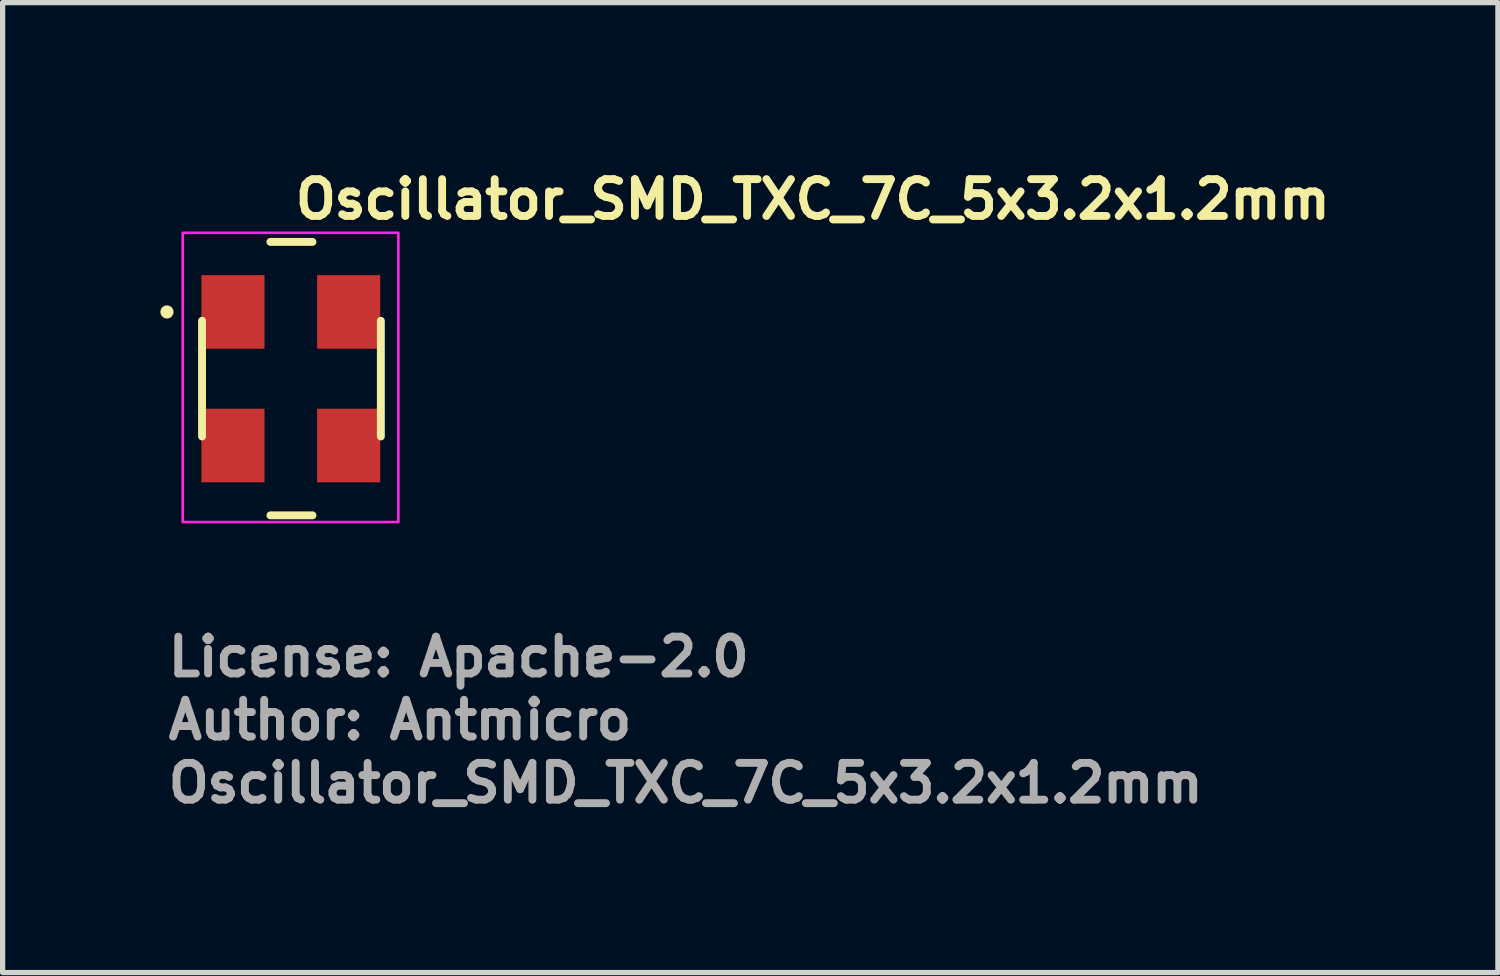
<source format=kicad_pcb>
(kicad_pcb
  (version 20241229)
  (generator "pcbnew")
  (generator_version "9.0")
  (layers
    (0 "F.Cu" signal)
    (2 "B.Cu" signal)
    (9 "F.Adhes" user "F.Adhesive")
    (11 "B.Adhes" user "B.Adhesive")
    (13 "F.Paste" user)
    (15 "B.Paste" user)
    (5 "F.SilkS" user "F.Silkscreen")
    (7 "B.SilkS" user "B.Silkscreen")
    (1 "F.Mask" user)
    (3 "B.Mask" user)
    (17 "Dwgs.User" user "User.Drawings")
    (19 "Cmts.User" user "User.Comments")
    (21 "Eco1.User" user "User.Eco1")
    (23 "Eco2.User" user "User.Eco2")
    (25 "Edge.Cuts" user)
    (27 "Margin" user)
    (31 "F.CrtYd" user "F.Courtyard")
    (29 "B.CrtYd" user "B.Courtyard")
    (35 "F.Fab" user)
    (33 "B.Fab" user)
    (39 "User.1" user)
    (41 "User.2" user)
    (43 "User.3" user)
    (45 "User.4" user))
  (footprint "Oscillator_SMD_TXC_7C_5x3.2x1.2mm"
    (layer "F.Cu")
    (at 2.465 4.127)
    (property "Reference" "Oscillator_SMD_TXC_7C_5x3.2x1.2mm" (at 0.027 -2.977 180) (layer "F.SilkS") (effects (font (size 0.7 0.7) (thickness 0.15)) (justify left bottom)))
    (attr smd)
    (fp_line (start -1.673 1.123) (end -1.673 -1.077) (stroke (width 0.15) (type solid)) (layer "F.SilkS"))
    (fp_line (start -0.373 -2.577) (end 0.427 -2.577) (stroke (width 0.15) (type solid)) (layer "F.SilkS"))
    (fp_line (start -0.373 2.623) (end 0.427 2.623) (stroke (width 0.15) (type solid)) (layer "F.SilkS"))
    (fp_line (start 1.727 1.123) (end 1.727 -1.077) (stroke (width 0.15) (type solid)) (layer "F.SilkS"))
    (fp_circle (center -2.34 -1.245) (end -2.29 -1.245) (stroke (width 0.15) (type solid)) (fill yes) (layer "F.SilkS"))
    (fp_rect (start -2.04 -2.75) (end 2.06 2.75) (stroke (width 0.05) (type solid)) (fill no) (layer "F.CrtYd"))
    (fp_rect (start -1.6 -2.5) (end 1.6 2.5) (stroke (width 0.1) (type solid)) (fill no) (layer "User.5"))
    (fp_line (start -1.6 -2.25) (end -1.586 -2.251) (stroke (width 0.02) (type solid)) (layer "User.9"))
    (fp_line (start -1.6 -1.569) (end -1.6 -2.25) (stroke (width 0.02) (type solid)) (layer "User.9"))
    (fp_line (start -1.6 -1.569) (end -1.596 -1.532) (stroke (width 0.02) (type solid)) (layer "User.9"))
    (fp_line (start -1.6 -1.569) (end -1.581 -1.377) (stroke (width 0.02) (type solid)) (layer "User.9"))
    (fp_line (start -1.6 -0.871) (end -1.6 -0.872) (stroke (width 0.02) (type solid)) (layer "User.9"))
    (fp_line (start -1.6 0.881) (end -1.6 -0.871) (stroke (width 0.02) (type solid)) (layer "User.9"))
    (fp_line (start -1.6 0.881) (end -1.588 0.998) (stroke (width 0.02) (type solid)) (layer "User.9"))
    (fp_line (start -1.6 1.579) (end -1.583 1.407) (stroke (width 0.02) (type solid)) (layer "User.9"))
    (fp_line (start -1.6 1.579) (end -1.583 1.407) (stroke (width 0.02) (type solid)) (layer "User.9"))
    (fp_line (start -1.6 2.25) (end -1.6 1.579) (stroke (width 0.02) (type solid)) (layer "User.9"))
    (fp_line (start -1.596 -1.532) (end -1.592 -1.495) (stroke (width 0.02) (type solid)) (layer "User.9"))
    (fp_line (start -1.596 -1.53) (end -1.598 -1.549) (stroke (width 0.02) (type solid)) (layer "User.9"))
    (fp_line (start -1.592 -1.496) (end -1.596 -1.53) (stroke (width 0.02) (type solid)) (layer "User.9"))
    (fp_line (start -1.592 -1.495) (end -1.588 -1.46) (stroke (width 0.02) (type solid)) (layer "User.9"))
    (fp_line (start -1.588 -1.462) (end -1.592 -1.496) (stroke (width 0.02) (type solid)) (layer "User.9"))
    (fp_line (start -1.588 -1.46) (end -1.585 -1.426) (stroke (width 0.02) (type solid)) (layer "User.9"))
    (fp_line (start -1.588 -0.988) (end -1.6 -0.871) (stroke (width 0.02) (type solid)) (layer "User.9"))
    (fp_line (start -1.588 0.998) (end -1.579 1.094) (stroke (width 0.02) (type solid)) (layer "User.9"))
    (fp_line (start -1.586 -2.251) (end -1.572 -2.252) (stroke (width 0.02) (type solid)) (layer "User.9"))
    (fp_line (start -1.586 2.25) (end -1.6 2.25) (stroke (width 0.02) (type solid)) (layer "User.9"))
    (fp_line (start -1.585 -1.43) (end -1.588 -1.462) (stroke (width 0.02) (type solid)) (layer "User.9"))
    (fp_line (start -1.585 -1.426) (end -1.582 -1.394) (stroke (width 0.02) (type solid)) (layer "User.9"))
    (fp_line (start -1.583 1.407) (end -1.6 1.579) (stroke (width 0.02) (type solid)) (layer "User.9"))
    (fp_line (start -1.583 1.407) (end -1.575 1.284) (stroke (width 0.02) (type solid)) (layer "User.9"))
    (fp_line (start -1.583 1.407) (end -1.575 1.284) (stroke (width 0.02) (type solid)) (layer "User.9"))
    (fp_line (start -1.582 -1.396) (end -1.585 -1.43) (stroke (width 0.02) (type solid)) (layer "User.9"))
    (fp_line (start -1.582 -1.394) (end -1.58 -1.362) (stroke (width 0.02) (type solid)) (layer "User.9"))
    (fp_line (start -1.581 -1.377) (end -1.576 -1.306) (stroke (width 0.02) (type solid)) (layer "User.9"))
    (fp_line (start -1.581 1.382) (end -1.6 1.579) (stroke (width 0.02) (type solid)) (layer "User.9"))
    (fp_line (start -1.58 -1.368) (end -1.58 -1.372) (stroke (width 0.02) (type solid)) (layer "User.9"))
    (fp_line (start -1.58 -1.365) (end -1.582 -1.396) (stroke (width 0.02) (type solid)) (layer "User.9"))
    (fp_line (start -1.58 -1.362) (end -1.579 -1.355) (stroke (width 0.02) (type solid)) (layer "User.9"))
    (fp_line (start -1.579 -1.357) (end -1.58 -1.365) (stroke (width 0.02) (type solid)) (layer "User.9"))
    (fp_line (start -1.579 -1.085) (end -1.588 -0.988) (stroke (width 0.02) (type solid)) (layer "User.9"))
    (fp_line (start -1.579 1.094) (end -1.575 1.174) (stroke (width 0.02) (type solid)) (layer "User.9"))
    (fp_line (start -1.578 -1.343) (end -1.577 -1.328) (stroke (width 0.02) (type solid)) (layer "User.9"))
    (fp_line (start -1.578 -1.337) (end -1.578 -1.339) (stroke (width 0.02) (type solid)) (layer "User.9"))
    (fp_line (start -1.578 -1.333) (end -1.578 -1.342) (stroke (width 0.02) (type solid)) (layer "User.9"))
    (fp_line (start -1.577 -1.328) (end -1.577 -1.316) (stroke (width 0.02) (type solid)) (layer "User.9"))
    (fp_line (start -1.577 -1.316) (end -1.578 -1.333) (stroke (width 0.02) (type solid)) (layer "User.9"))
    (fp_line (start -1.577 -1.316) (end -1.577 -1.316) (stroke (width 0.02) (type solid)) (layer "User.9"))
    (fp_line (start -1.576 -1.306) (end -1.574 -1.238) (stroke (width 0.02) (type solid)) (layer "User.9"))
    (fp_line (start -1.576 1.311) (end -1.581 1.382) (stroke (width 0.02) (type solid)) (layer "User.9"))
    (fp_line (start -1.575 -1.166) (end -1.579 -1.085) (stroke (width 0.02) (type solid)) (layer "User.9"))
    (fp_line (start -1.575 1.174) (end -1.574 1.244) (stroke (width 0.02) (type solid)) (layer "User.9"))
    (fp_line (start -1.575 1.284) (end -1.583 1.407) (stroke (width 0.02) (type solid)) (layer "User.9"))
    (fp_line (start -1.574 -1.238) (end -1.575 -1.166) (stroke (width 0.02) (type solid)) (layer "User.9"))
    (fp_line (start -1.574 1.244) (end -1.576 1.311) (stroke (width 0.02) (type solid)) (layer "User.9"))
    (fp_line (start -1.572 -2.252) (end -1.558 -2.254) (stroke (width 0.02) (type solid)) (layer "User.9"))
    (fp_line (start -1.572 2.251) (end -1.586 2.25) (stroke (width 0.02) (type solid)) (layer "User.9"))
    (fp_line (start -1.558 -2.254) (end -1.544 -2.256) (stroke (width 0.02) (type solid)) (layer "User.9"))
    (fp_line (start -1.558 2.253) (end -1.572 2.251) (stroke (width 0.02) (type solid)) (layer "User.9"))
    (fp_line (start -1.544 -2.256) (end -1.531 -2.26) (stroke (width 0.02) (type solid)) (layer "User.9"))
    (fp_line (start -1.544 2.256) (end -1.558 2.253) (stroke (width 0.02) (type solid)) (layer "User.9"))
    (fp_line (start -1.531 -2.26) (end -1.517 -2.264) (stroke (width 0.02) (type solid)) (layer "User.9"))
    (fp_line (start -1.531 2.26) (end -1.544 2.256) (stroke (width 0.02) (type solid)) (layer "User.9"))
    (fp_line (start -1.517 -2.264) (end -1.504 -2.269) (stroke (width 0.02) (type solid)) (layer "User.9"))
    (fp_line (start -1.517 2.264) (end -1.531 2.26) (stroke (width 0.02) (type solid)) (layer "User.9"))
    (fp_line (start -1.504 -2.269) (end -1.491 -2.275) (stroke (width 0.02) (type solid)) (layer "User.9"))
    (fp_line (start -1.504 2.269) (end -1.517 2.264) (stroke (width 0.02) (type solid)) (layer "User.9"))
    (fp_line (start -1.491 -2.275) (end -1.479 -2.281) (stroke (width 0.02) (type solid)) (layer "User.9"))
    (fp_line (start -1.491 2.275) (end -1.504 2.269) (stroke (width 0.02) (type solid)) (layer "User.9"))
    (fp_line (start -1.479 -2.281) (end -1.467 -2.289) (stroke (width 0.02) (type solid)) (layer "User.9"))
    (fp_line (start -1.479 2.281) (end -1.491 2.275) (stroke (width 0.02) (type solid)) (layer "User.9"))
    (fp_line (start -1.467 -2.289) (end -1.455 -2.296) (stroke (width 0.02) (type solid)) (layer "User.9"))
    (fp_line (start -1.467 2.288) (end -1.479 2.281) (stroke (width 0.02) (type solid)) (layer "User.9"))
    (fp_line (start -1.455 -2.296) (end -1.444 -2.305) (stroke (width 0.02) (type solid)) (layer "User.9"))
    (fp_line (start -1.455 2.296) (end -1.467 2.288) (stroke (width 0.02) (type solid)) (layer "User.9"))
    (fp_line (start -1.444 -2.305) (end -1.433 -2.314) (stroke (width 0.02) (type solid)) (layer "User.9"))
    (fp_line (start -1.444 2.304) (end -1.455 2.296) (stroke (width 0.02) (type solid)) (layer "User.9"))
    (fp_line (start -1.433 -2.314) (end -1.423 -2.323) (stroke (width 0.02) (type solid)) (layer "User.9"))
    (fp_line (start -1.433 2.313) (end -1.444 2.304) (stroke (width 0.02) (type solid)) (layer "User.9"))
    (fp_line (start -1.423 -2.323) (end -1.413 -2.334) (stroke (width 0.02) (type solid)) (layer "User.9"))
    (fp_line (start -1.423 2.323) (end -1.433 2.313) (stroke (width 0.02) (type solid)) (layer "User.9"))
    (fp_line (start -1.413 -2.334) (end -1.404 -2.344) (stroke (width 0.02) (type solid)) (layer "User.9"))
    (fp_line (start -1.413 2.333) (end -1.423 2.323) (stroke (width 0.02) (type solid)) (layer "User.9"))
    (fp_line (start -1.404 -2.344) (end -1.396 -2.356) (stroke (width 0.02) (type solid)) (layer "User.9"))
    (fp_line (start -1.404 2.344) (end -1.413 2.333) (stroke (width 0.02) (type solid)) (layer "User.9"))
    (fp_line (start -1.396 -2.356) (end -1.388 -2.367) (stroke (width 0.02) (type solid)) (layer "User.9"))
    (fp_line (start -1.396 2.355) (end -1.404 2.344) (stroke (width 0.02) (type solid)) (layer "User.9"))
    (fp_line (start -1.388 -2.367) (end -1.381 -2.379) (stroke (width 0.02) (type solid)) (layer "User.9"))
    (fp_line (start -1.388 2.367) (end -1.396 2.355) (stroke (width 0.02) (type solid)) (layer "User.9"))
    (fp_line (start -1.381 -2.379) (end -1.375 -2.392) (stroke (width 0.02) (type solid)) (layer "User.9"))
    (fp_line (start -1.381 2.379) (end -1.388 2.367) (stroke (width 0.02) (type solid)) (layer "User.9"))
    (fp_line (start -1.375 -2.392) (end -1.369 -2.405) (stroke (width 0.02) (type solid)) (layer "User.9"))
    (fp_line (start -1.375 2.391) (end -1.381 2.379) (stroke (width 0.02) (type solid)) (layer "User.9"))
    (fp_line (start -1.369 -2.405) (end -1.364 -2.418) (stroke (width 0.02) (type solid)) (layer "User.9"))
    (fp_line (start -1.369 2.404) (end -1.375 2.391) (stroke (width 0.02) (type solid)) (layer "User.9"))
    (fp_line (start -1.364 -2.418) (end -1.36 -2.431) (stroke (width 0.02) (type solid)) (layer "User.9"))
    (fp_line (start -1.364 2.417) (end -1.369 2.404) (stroke (width 0.02) (type solid)) (layer "User.9"))
    (fp_line (start -1.36 -2.431) (end -1.356 -2.445) (stroke (width 0.02) (type solid)) (layer "User.9"))
    (fp_line (start -1.36 2.431) (end -1.364 2.417) (stroke (width 0.02) (type solid)) (layer "User.9"))
    (fp_line (start -1.356 -2.445) (end -1.353 -2.458) (stroke (width 0.02) (type solid)) (layer "User.9"))
    (fp_line (start -1.356 2.444) (end -1.36 2.431) (stroke (width 0.02) (type solid)) (layer "User.9"))
    (fp_line (start -1.353 -2.458) (end -1.351 -2.472) (stroke (width 0.02) (type solid)) (layer "User.9"))
    (fp_line (start -1.353 2.458) (end -1.356 2.444) (stroke (width 0.02) (type solid)) (layer "User.9"))
    (fp_line (start -1.351 -2.472) (end -1.35 -2.486) (stroke (width 0.02) (type solid)) (layer "User.9"))
    (fp_line (start -1.351 2.472) (end -1.353 2.458) (stroke (width 0.02) (type solid)) (layer "User.9"))
    (fp_line (start -1.35 -2.5) (end 1.35 -2.5) (stroke (width 0.02) (type solid)) (layer "User.9"))
    (fp_line (start -1.35 -2.486) (end -1.35 -2.5) (stroke (width 0.02) (type solid)) (layer "User.9"))
    (fp_line (start -1.35 -2.25) (end -1.423 -2.323) (stroke (width 0.02) (type solid)) (layer "User.9"))
    (fp_line (start -1.35 -2.25) (end -1.35 2.25) (stroke (width 0.02) (type solid)) (layer "User.9"))
    (fp_line (start -1.35 2.25) (end -1.423 2.323) (stroke (width 0.02) (type solid)) (layer "User.9"))
    (fp_line (start -1.35 2.25) (end 1.35 2.25) (stroke (width 0.02) (type solid)) (layer "User.9"))
    (fp_line (start -1.35 2.486) (end -1.351 2.472) (stroke (width 0.02) (type solid)) (layer "User.9"))
    (fp_line (start -1.35 2.5) (end -1.35 2.486) (stroke (width 0.02) (type solid)) (layer "User.9"))
    (fp_line (start 1.35 -2.5) (end 1.351 -2.486) (stroke (width 0.02) (type solid)) (layer "User.9"))
    (fp_line (start 1.35 -2.25) (end -1.35 -2.25) (stroke (width 0.02) (type solid)) (layer "User.9"))
    (fp_line (start 1.35 2.25) (end 1.35 -2.25) (stroke (width 0.02) (type solid)) (layer "User.9"))
    (fp_line (start 1.35 2.5) (end -1.35 2.5) (stroke (width 0.02) (type solid)) (layer "User.9"))
    (fp_line (start 1.351 -2.486) (end 1.352 -2.472) (stroke (width 0.02) (type solid)) (layer "User.9"))
    (fp_line (start 1.351 2.486) (end 1.35 2.5) (stroke (width 0.02) (type solid)) (layer "User.9"))
    (fp_line (start 1.352 -2.472) (end 1.354 -2.458) (stroke (width 0.02) (type solid)) (layer "User.9"))
    (fp_line (start 1.352 2.472) (end 1.351 2.486) (stroke (width 0.02) (type solid)) (layer "User.9"))
    (fp_line (start 1.354 -2.458) (end 1.356 -2.445) (stroke (width 0.02) (type solid)) (layer "User.9"))
    (fp_line (start 1.354 2.458) (end 1.352 2.472) (stroke (width 0.02) (type solid)) (layer "User.9"))
    (fp_line (start 1.356 -2.445) (end 1.36 -2.431) (stroke (width 0.02) (type solid)) (layer "User.9"))
    (fp_line (start 1.356 2.444) (end 1.354 2.458) (stroke (width 0.02) (type solid)) (layer "User.9"))
    (fp_line (start 1.36 -2.431) (end 1.364 -2.418) (stroke (width 0.02) (type solid)) (layer "User.9"))
    (fp_line (start 1.36 2.431) (end 1.356 2.444) (stroke (width 0.02) (type solid)) (layer "User.9"))
    (fp_line (start 1.364 -2.418) (end 1.369 -2.405) (stroke (width 0.02) (type solid)) (layer "User.9"))
    (fp_line (start 1.364 2.417) (end 1.36 2.431) (stroke (width 0.02) (type solid)) (layer "User.9"))
    (fp_line (start 1.369 -2.405) (end 1.375 -2.392) (stroke (width 0.02) (type solid)) (layer "User.9"))
    (fp_line (start 1.369 2.404) (end 1.364 2.417) (stroke (width 0.02) (type solid)) (layer "User.9"))
    (fp_line (start 1.375 -2.392) (end 1.381 -2.379) (stroke (width 0.02) (type solid)) (layer "User.9"))
    (fp_line (start 1.375 2.391) (end 1.369 2.404) (stroke (width 0.02) (type solid)) (layer "User.9"))
    (fp_line (start 1.381 -2.379) (end 1.388 -2.367) (stroke (width 0.02) (type solid)) (layer "User.9"))
    (fp_line (start 1.381 2.379) (end 1.375 2.391) (stroke (width 0.02) (type solid)) (layer "User.9"))
    (fp_line (start 1.388 -2.367) (end 1.396 -2.356) (stroke (width 0.02) (type solid)) (layer "User.9"))
    (fp_line (start 1.388 2.367) (end 1.381 2.379) (stroke (width 0.02) (type solid)) (layer "User.9"))
    (fp_line (start 1.396 -2.356) (end 1.405 -2.344) (stroke (width 0.02) (type solid)) (layer "User.9"))
    (fp_line (start 1.396 2.355) (end 1.388 2.367) (stroke (width 0.02) (type solid)) (layer "User.9"))
    (fp_line (start 1.405 -2.344) (end 1.414 -2.334) (stroke (width 0.02) (type solid)) (layer "User.9"))
    (fp_line (start 1.405 2.344) (end 1.396 2.355) (stroke (width 0.02) (type solid)) (layer "User.9"))
    (fp_line (start 1.414 -2.334) (end 1.423 -2.323) (stroke (width 0.02) (type solid)) (layer "User.9"))
    (fp_line (start 1.414 2.333) (end 1.405 2.344) (stroke (width 0.02) (type solid)) (layer "User.9"))
    (fp_line (start 1.423 -2.323) (end 1.35 -2.25) (stroke (width 0.02) (type solid)) (layer "User.9"))
    (fp_line (start 1.423 -2.323) (end 1.434 -2.314) (stroke (width 0.02) (type solid)) (layer "User.9"))
    (fp_line (start 1.423 2.323) (end 1.35 2.25) (stroke (width 0.02) (type solid)) (layer "User.9"))
    (fp_line (start 1.423 2.323) (end 1.414 2.333) (stroke (width 0.02) (type solid)) (layer "User.9"))
    (fp_line (start 1.434 -2.314) (end 1.444 -2.305) (stroke (width 0.02) (type solid)) (layer "User.9"))
    (fp_line (start 1.434 2.313) (end 1.423 2.323) (stroke (width 0.02) (type solid)) (layer "User.9"))
    (fp_line (start 1.444 -2.305) (end 1.455 -2.296) (stroke (width 0.02) (type solid)) (layer "User.9"))
    (fp_line (start 1.444 2.304) (end 1.434 2.313) (stroke (width 0.02) (type solid)) (layer "User.9"))
    (fp_line (start 1.455 -2.296) (end 1.467 -2.289) (stroke (width 0.02) (type solid)) (layer "User.9"))
    (fp_line (start 1.455 2.296) (end 1.444 2.304) (stroke (width 0.02) (type solid)) (layer "User.9"))
    (fp_line (start 1.467 -2.289) (end 1.479 -2.281) (stroke (width 0.02) (type solid)) (layer "User.9"))
    (fp_line (start 1.467 2.288) (end 1.455 2.296) (stroke (width 0.02) (type solid)) (layer "User.9"))
    (fp_line (start 1.479 -2.281) (end 1.492 -2.275) (stroke (width 0.02) (type solid)) (layer "User.9"))
    (fp_line (start 1.479 2.281) (end 1.467 2.288) (stroke (width 0.02) (type solid)) (layer "User.9"))
    (fp_line (start 1.492 -2.275) (end 1.504 -2.269) (stroke (width 0.02) (type solid)) (layer "User.9"))
    (fp_line (start 1.492 2.275) (end 1.479 2.281) (stroke (width 0.02) (type solid)) (layer "User.9"))
    (fp_line (start 1.504 -2.269) (end 1.518 -2.264) (stroke (width 0.02) (type solid)) (layer "User.9"))
    (fp_line (start 1.504 2.269) (end 1.492 2.275) (stroke (width 0.02) (type solid)) (layer "User.9"))
    (fp_line (start 1.518 -2.264) (end 1.531 -2.26) (stroke (width 0.02) (type solid)) (layer "User.9"))
    (fp_line (start 1.518 2.264) (end 1.504 2.269) (stroke (width 0.02) (type solid)) (layer "User.9"))
    (fp_line (start 1.531 -2.26) (end 1.545 -2.256) (stroke (width 0.02) (type solid)) (layer "User.9"))
    (fp_line (start 1.531 2.26) (end 1.518 2.264) (stroke (width 0.02) (type solid)) (layer "User.9"))
    (fp_line (start 1.545 -2.256) (end 1.558 -2.254) (stroke (width 0.02) (type solid)) (layer "User.9"))
    (fp_line (start 1.545 2.256) (end 1.531 2.26) (stroke (width 0.02) (type solid)) (layer "User.9"))
    (fp_line (start 1.558 -2.254) (end 1.572 -2.252) (stroke (width 0.02) (type solid)) (layer "User.9"))
    (fp_line (start 1.558 2.253) (end 1.545 2.256) (stroke (width 0.02) (type solid)) (layer "User.9"))
    (fp_line (start 1.572 -2.252) (end 1.586 -2.251) (stroke (width 0.02) (type solid)) (layer "User.9"))
    (fp_line (start 1.572 2.251) (end 1.558 2.253) (stroke (width 0.02) (type solid)) (layer "User.9"))
    (fp_line (start 1.574 -1.23) (end 1.575 -1.268) (stroke (width 0.02) (type solid)) (layer "User.9"))
    (fp_line (start 1.574 -1.23) (end 1.575 -1.268) (stroke (width 0.02) (type solid)) (layer "User.9"))
    (fp_line (start 1.574 1.22) (end 1.575 1.182) (stroke (width 0.02) (type solid)) (layer "User.9"))
    (fp_line (start 1.575 -1.274) (end 1.58 -1.355) (stroke (width 0.02) (type solid)) (layer "User.9"))
    (fp_line (start 1.575 -1.268) (end 1.576 -1.301) (stroke (width 0.02) (type solid)) (layer "User.9"))
    (fp_line (start 1.575 -1.268) (end 1.576 -1.301) (stroke (width 0.02) (type solid)) (layer "User.9"))
    (fp_line (start 1.575 -1.202) (end 1.575 -1.274) (stroke (width 0.02) (type solid)) (layer "User.9"))
    (fp_line (start 1.575 -1.182) (end 1.574 -1.23) (stroke (width 0.02) (type solid)) (layer "User.9"))
    (fp_line (start 1.575 -1.182) (end 1.574 -1.23) (stroke (width 0.02) (type solid)) (layer "User.9"))
    (fp_line (start 1.575 1.176) (end 1.58 1.095) (stroke (width 0.02) (type solid)) (layer "User.9"))
    (fp_line (start 1.575 1.182) (end 1.576 1.149) (stroke (width 0.02) (type solid)) (layer "User.9"))
    (fp_line (start 1.575 1.248) (end 1.575 1.176) (stroke (width 0.02) (type solid)) (layer "User.9"))
    (fp_line (start 1.575 1.268) (end 1.574 1.22) (stroke (width 0.02) (type solid)) (layer "User.9"))
    (fp_line (start 1.576 -1.301) (end 1.578 -1.333) (stroke (width 0.02) (type solid)) (layer "User.9"))
    (fp_line (start 1.576 -1.301) (end 1.578 -1.333) (stroke (width 0.02) (type solid)) (layer "User.9"))
    (fp_line (start 1.576 -1.146) (end 1.575 -1.182) (stroke (width 0.02) (type solid)) (layer "User.9"))
    (fp_line (start 1.576 -1.146) (end 1.575 -1.182) (stroke (width 0.02) (type solid)) (layer "User.9"))
    (fp_line (start 1.576 1.149) (end 1.578 1.117) (stroke (width 0.02) (type solid)) (layer "User.9"))
    (fp_line (start 1.576 1.304) (end 1.575 1.268) (stroke (width 0.02) (type solid)) (layer "User.9"))
    (fp_line (start 1.577 -1.134) (end 1.575 -1.202) (stroke (width 0.02) (type solid)) (layer "User.9"))
    (fp_line (start 1.577 -1.126) (end 1.577 -1.124) (stroke (width 0.02) (type solid)) (layer "User.9"))
    (fp_line (start 1.577 -1.126) (end 1.577 -1.124) (stroke (width 0.02) (type solid)) (layer "User.9"))
    (fp_line (start 1.577 -1.126) (end 1.578 -1.107) (stroke (width 0.02) (type solid)) (layer "User.9"))
    (fp_line (start 1.577 1.316) (end 1.575 1.248) (stroke (width 0.02) (type solid)) (layer "User.9"))
    (fp_line (start 1.577 1.324) (end 1.577 1.326) (stroke (width 0.02) (type solid)) (layer "User.9"))
    (fp_line (start 1.577 1.324) (end 1.578 1.343) (stroke (width 0.02) (type solid)) (layer "User.9"))
    (fp_line (start 1.578 -1.333) (end 1.58 -1.365) (stroke (width 0.02) (type solid)) (layer "User.9"))
    (fp_line (start 1.578 -1.333) (end 1.58 -1.365) (stroke (width 0.02) (type solid)) (layer "User.9"))
    (fp_line (start 1.578 -1.112) (end 1.576 -1.146) (stroke (width 0.02) (type solid)) (layer "User.9"))
    (fp_line (start 1.578 -1.112) (end 1.576 -1.146) (stroke (width 0.02) (type solid)) (layer "User.9"))
    (fp_line (start 1.578 -1.107) (end 1.579 -1.098) (stroke (width 0.02) (type solid)) (layer "User.9"))
    (fp_line (start 1.578 -1.103) (end 1.578 -1.101) (stroke (width 0.02) (type solid)) (layer "User.9"))
    (fp_line (start 1.578 -1.103) (end 1.578 -1.101) (stroke (width 0.02) (type solid)) (layer "User.9"))
    (fp_line (start 1.578 1.117) (end 1.58 1.085) (stroke (width 0.02) (type solid)) (layer "User.9"))
    (fp_line (start 1.578 1.338) (end 1.576 1.304) (stroke (width 0.02) (type solid)) (layer "User.9"))
    (fp_line (start 1.578 1.343) (end 1.579 1.352) (stroke (width 0.02) (type solid)) (layer "User.9"))
    (fp_line (start 1.578 1.347) (end 1.578 1.349) (stroke (width 0.02) (type solid)) (layer "User.9"))
    (fp_line (start 1.579 -1.096) (end 1.578 -1.112) (stroke (width 0.02) (type solid)) (layer "User.9"))
    (fp_line (start 1.579 -1.096) (end 1.578 -1.112) (stroke (width 0.02) (type solid)) (layer "User.9"))
    (fp_line (start 1.579 1.354) (end 1.578 1.338) (stroke (width 0.02) (type solid)) (layer "User.9"))
    (fp_line (start 1.58 -1.365) (end 1.583 -1.396) (stroke (width 0.02) (type solid)) (layer "User.9"))
    (fp_line (start 1.58 -1.365) (end 1.583 -1.396) (stroke (width 0.02) (type solid)) (layer "User.9"))
    (fp_line (start 1.58 -1.355) (end 1.588 -1.452) (stroke (width 0.02) (type solid)) (layer "User.9"))
    (fp_line (start 1.58 -1.083) (end 1.58 -1.076) (stroke (width 0.02) (type solid)) (layer "User.9"))
    (fp_line (start 1.58 -1.079) (end 1.579 -1.088) (stroke (width 0.02) (type solid)) (layer "User.9"))
    (fp_line (start 1.58 -1.079) (end 1.579 -1.088) (stroke (width 0.02) (type solid)) (layer "User.9"))
    (fp_line (start 1.58 -1.076) (end 1.583 -1.044) (stroke (width 0.02) (type solid)) (layer "User.9"))
    (fp_line (start 1.58 1.085) (end 1.583 1.054) (stroke (width 0.02) (type solid)) (layer "User.9"))
    (fp_line (start 1.58 1.095) (end 1.588 0.998) (stroke (width 0.02) (type solid)) (layer "User.9"))
    (fp_line (start 1.58 1.367) (end 1.58 1.374) (stroke (width 0.02) (type solid)) (layer "User.9"))
    (fp_line (start 1.58 1.371) (end 1.579 1.362) (stroke (width 0.02) (type solid)) (layer "User.9"))
    (fp_line (start 1.58 1.374) (end 1.583 1.406) (stroke (width 0.02) (type solid)) (layer "User.9"))
    (fp_line (start 1.58 1.378) (end 1.581 1.381) (stroke (width 0.02) (type solid)) (layer "User.9"))
    (fp_line (start 1.581 -1.071) (end 1.581 -1.069) (stroke (width 0.02) (type solid)) (layer "User.9"))
    (fp_line (start 1.581 -1.071) (end 1.581 -1.069) (stroke (width 0.02) (type solid)) (layer "User.9"))
    (fp_line (start 1.581 -1.063) (end 1.577 -1.134) (stroke (width 0.02) (type solid)) (layer "User.9"))
    (fp_line (start 1.581 1.387) (end 1.577 1.316) (stroke (width 0.02) (type solid)) (layer "User.9"))
    (fp_line (start 1.582 -1.047) (end 1.58 -1.079) (stroke (width 0.02) (type solid)) (layer "User.9"))
    (fp_line (start 1.582 -1.047) (end 1.58 -1.079) (stroke (width 0.02) (type solid)) (layer "User.9"))
    (fp_line (start 1.582 1.403) (end 1.58 1.371) (stroke (width 0.02) (type solid)) (layer "User.9"))
    (fp_line (start 1.583 -1.396) (end 1.586 -1.43) (stroke (width 0.02) (type solid)) (layer "User.9"))
    (fp_line (start 1.583 -1.396) (end 1.586 -1.43) (stroke (width 0.02) (type solid)) (layer "User.9"))
    (fp_line (start 1.583 -1.044) (end 1.586 -1.01) (stroke (width 0.02) (type solid)) (layer "User.9"))
    (fp_line (start 1.583 -1.04) (end 1.583 -1.037) (stroke (width 0.02) (type solid)) (layer "User.9"))
    (fp_line (start 1.583 -1.04) (end 1.583 -1.037) (stroke (width 0.02) (type solid)) (layer "User.9"))
    (fp_line (start 1.583 1.054) (end 1.586 1.02) (stroke (width 0.02) (type solid)) (layer "User.9"))
    (fp_line (start 1.583 1.406) (end 1.586 1.44) (stroke (width 0.02) (type solid)) (layer "User.9"))
    (fp_line (start 1.585 -1.014) (end 1.582 -1.047) (stroke (width 0.02) (type solid)) (layer "User.9"))
    (fp_line (start 1.585 -1.014) (end 1.582 -1.047) (stroke (width 0.02) (type solid)) (layer "User.9"))
    (fp_line (start 1.585 1.436) (end 1.582 1.403) (stroke (width 0.02) (type solid)) (layer "User.9"))
    (fp_line (start 1.586 -2.251) (end 1.6 -2.25) (stroke (width 0.02) (type solid)) (layer "User.9"))
    (fp_line (start 1.586 -1.43) (end 1.589 -1.462) (stroke (width 0.02) (type solid)) (layer "User.9"))
    (fp_line (start 1.586 -1.43) (end 1.589 -1.462) (stroke (width 0.02) (type solid)) (layer "User.9"))
    (fp_line (start 1.586 -1.01) (end 1.589 -0.978) (stroke (width 0.02) (type solid)) (layer "User.9"))
    (fp_line (start 1.586 -1.007) (end 1.587 -1.001) (stroke (width 0.02) (type solid)) (layer "User.9"))
    (fp_line (start 1.586 -1.007) (end 1.587 -1.001) (stroke (width 0.02) (type solid)) (layer "User.9"))
    (fp_line (start 1.586 1.02) (end 1.589 0.988) (stroke (width 0.02) (type solid)) (layer "User.9"))
    (fp_line (start 1.586 1.44) (end 1.589 1.472) (stroke (width 0.02) (type solid)) (layer "User.9"))
    (fp_line (start 1.586 2.25) (end 1.572 2.251) (stroke (width 0.02) (type solid)) (layer "User.9"))
    (fp_line (start 1.588 -1.452) (end 1.6 -1.569) (stroke (width 0.02) (type solid)) (layer "User.9"))
    (fp_line (start 1.588 0.998) (end 1.6 0.881) (stroke (width 0.02) (type solid)) (layer "User.9"))
    (fp_line (start 1.589 -1.462) (end 1.592 -1.496) (stroke (width 0.02) (type solid)) (layer "User.9"))
    (fp_line (start 1.589 -1.462) (end 1.592 -1.496) (stroke (width 0.02) (type solid)) (layer "User.9"))
    (fp_line (start 1.589 -0.98) (end 1.585 -1.014) (stroke (width 0.02) (type solid)) (layer "User.9"))
    (fp_line (start 1.589 -0.98) (end 1.585 -1.014) (stroke (width 0.02) (type solid)) (layer "User.9"))
    (fp_line (start 1.589 -0.978) (end 1.592 -0.945) (stroke (width 0.02) (type solid)) (layer "User.9"))
    (fp_line (start 1.589 0.988) (end 1.592 0.954) (stroke (width 0.02) (type solid)) (layer "User.9"))
    (fp_line (start 1.589 1.47) (end 1.585 1.436) (stroke (width 0.02) (type solid)) (layer "User.9"))
    (fp_line (start 1.589 1.472) (end 1.592 1.505) (stroke (width 0.02) (type solid)) (layer "User.9"))
    (fp_line (start 1.592 -1.496) (end 1.596 -1.53) (stroke (width 0.02) (type solid)) (layer "User.9"))
    (fp_line (start 1.592 -1.496) (end 1.596 -1.53) (stroke (width 0.02) (type solid)) (layer "User.9"))
    (fp_line (start 1.592 -0.945) (end 1.589 -0.98) (stroke (width 0.02) (type solid)) (layer "User.9"))
    (fp_line (start 1.592 -0.945) (end 1.589 -0.98) (stroke (width 0.02) (type solid)) (layer "User.9"))
    (fp_line (start 1.592 -0.945) (end 1.596 -0.911) (stroke (width 0.02) (type solid)) (layer "User.9"))
    (fp_line (start 1.592 0.954) (end 1.596 0.92) (stroke (width 0.02) (type solid)) (layer "User.9"))
    (fp_line (start 1.592 1.505) (end 1.589 1.47) (stroke (width 0.02) (type solid)) (layer "User.9"))
    (fp_line (start 1.592 1.505) (end 1.596 1.539) (stroke (width 0.02) (type solid)) (layer "User.9"))
    (fp_line (start 1.596 -1.53) (end 1.6 -1.567) (stroke (width 0.02) (type solid)) (layer "User.9"))
    (fp_line (start 1.596 -1.53) (end 1.6 -1.567) (stroke (width 0.02) (type solid)) (layer "User.9"))
    (fp_line (start 1.596 -0.911) (end 1.598 -0.891) (stroke (width 0.02) (type solid)) (layer "User.9"))
    (fp_line (start 1.596 -0.908) (end 1.592 -0.945) (stroke (width 0.02) (type solid)) (layer "User.9"))
    (fp_line (start 1.596 -0.908) (end 1.592 -0.945) (stroke (width 0.02) (type solid)) (layer "User.9"))
    (fp_line (start 1.596 0.92) (end 1.6 0.883) (stroke (width 0.02) (type solid)) (layer "User.9"))
    (fp_line (start 1.596 1.539) (end 1.598 1.559) (stroke (width 0.02) (type solid)) (layer "User.9"))
    (fp_line (start 1.596 1.542) (end 1.592 1.505) (stroke (width 0.02) (type solid)) (layer "User.9"))
    (fp_line (start 1.6 -2.25) (end 1.6 -1.569) (stroke (width 0.02) (type solid)) (layer "User.9"))
    (fp_line (start 1.6 -1.567) (end 1.6 -1.569) (stroke (width 0.02) (type solid)) (layer "User.9"))
    (fp_line (start 1.6 -1.567) (end 1.6 -1.569) (stroke (width 0.02) (type solid)) (layer "User.9"))
    (fp_line (start 1.6 -0.871) (end 1.581 -1.063) (stroke (width 0.02) (type solid)) (layer "User.9"))
    (fp_line (start 1.6 -0.871) (end 1.596 -0.908) (stroke (width 0.02) (type solid)) (layer "User.9"))
    (fp_line (start 1.6 -0.871) (end 1.596 -0.908) (stroke (width 0.02) (type solid)) (layer "User.9"))
    (fp_line (start 1.6 -0.871) (end 1.6 0.881) (stroke (width 0.02) (type solid)) (layer "User.9"))
    (fp_line (start 1.6 0.883) (end 1.6 0.881) (stroke (width 0.02) (type solid)) (layer "User.9"))
    (fp_line (start 1.6 1.579) (end 1.581 1.387) (stroke (width 0.02) (type solid)) (layer "User.9"))
    (fp_line (start 1.6 1.579) (end 1.596 1.542) (stroke (width 0.02) (type solid)) (layer "User.9"))
    (fp_line (start 1.6 1.579) (end 1.6 2.25) (stroke (width 0.02) (type solid)) (layer "User.9"))
    (fp_line (start 1.6 2.25) (end 1.586 2.25) (stroke (width 0.02) (type solid)) (layer "User.9"))
    (fp_text user "Author: Antmicro" (at -2.39 6.923 0) (layer "F.Fab") (effects (font (size 0.7 0.7) (thickness 0.15)) (justify left bottom)))
    (fp_text user "${REFERENCE}" (at -2.39 8.123 0) (layer "F.Fab") (effects (font (size 0.7 0.7) (thickness 0.15)) (justify left bottom)))
    (fp_text user "License: Apache-2.0" (at -2.39 5.723 0) (layer "F.Fab") (effects (font (size 0.7 0.7) (thickness 0.15)) (justify left bottom)))
    (pad "1" smd rect (at -1.085 -1.245 270) (size 1.4 1.2) (layers "F.Cu" "F.Mask" "F.Paste"))
    (pad "2" smd rect (at -1.085 1.295 270) (size 1.4 1.2) (layers "F.Cu" "F.Mask" "F.Paste"))
    (pad "3" smd rect (at 1.115 1.295 270) (size 1.4 1.2) (layers "F.Cu" "F.Mask" "F.Paste"))
    (pad "4" smd rect (at 1.115 -1.245 270) (size 1.4 1.2) (layers "F.Cu" "F.Mask" "F.Paste")))
  (gr_rect
    (start -3 -3)
    (end 25.435 15.445)
    (stroke (width 0.1) (type default))
    (fill no)
    (layer "Edge.Cuts")))
</source>
